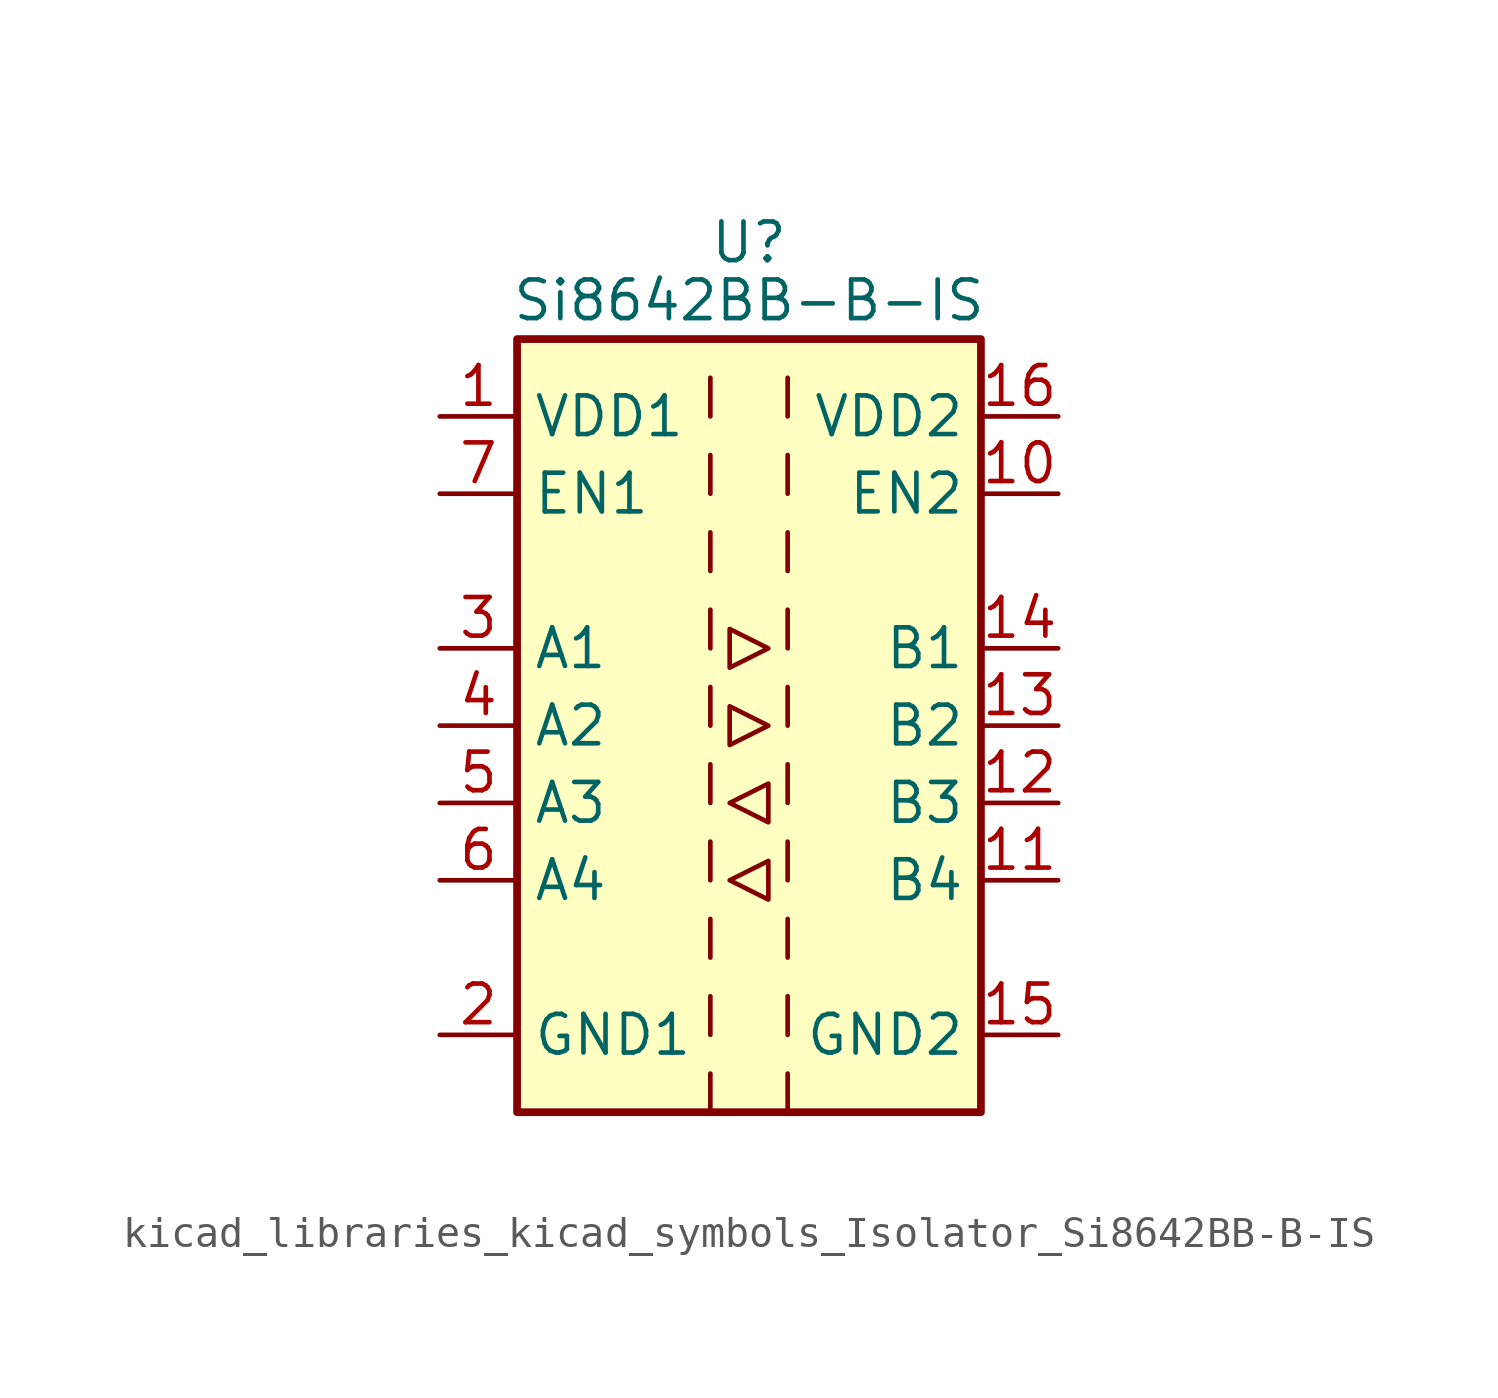
<source format=kicad_sym>
(kicad_symbol_lib
  (version 20220914)
  (generator kicad_symbol_editor)
  (symbol "kicad_libraries_kicad_symbols_Isolator_Si8642BB-B-IS"
    (property "Reference" "U"
      (at 0 15.875 0)
      (effects (font (size 1.27 1.27))))
    (property "Value" "Si8642BB-B-IS"
      (at 0 13.97 0)
      (effects (font (size 1.27 1.27))))
    (symbol "kicad_libraries_kicad_symbols_Isolator_Si8642BB-B-IS_0_1"
      (rectangle (start -7.62 12.7) (end 7.62 -12.7) (stroke (width 0.254) (type default)) (fill (type background)))
      (polyline (pts (xy -1.27 -11.43) (xy -1.27 -12.7)) (stroke (width 0) (type default)) (fill (type none)))
      (polyline (pts (xy -1.27 -8.89) (xy -1.27 -10.16)) (stroke (width 0) (type default)) (fill (type none)))
      (polyline (pts (xy -1.27 -6.35) (xy -1.27 -7.62)) (stroke (width 0) (type default)) (fill (type none)))
      (polyline (pts (xy -1.27 -3.81) (xy -1.27 -5.08)) (stroke (width 0) (type default)) (fill (type none)))
      (polyline (pts (xy -1.27 -1.27) (xy -1.27 -2.54)) (stroke (width 0) (type default)) (fill (type none)))
      (polyline (pts (xy -1.27 1.27) (xy -1.27 0)) (stroke (width 0) (type default)) (fill (type none)))
      (polyline (pts (xy -1.27 3.81) (xy -1.27 2.54)) (stroke (width 0) (type default)) (fill (type none)))
      (polyline (pts (xy -1.27 6.35) (xy -1.27 5.08)) (stroke (width 0) (type default)) (fill (type none)))
      (polyline (pts (xy -1.27 8.89) (xy -1.27 7.62)) (stroke (width 0) (type default)) (fill (type none)))
      (polyline (pts (xy -1.27 11.43) (xy -1.27 10.16)) (stroke (width 0) (type default)) (fill (type none)))
      (polyline (pts (xy 1.27 -11.43) (xy 1.27 -12.7)) (stroke (width 0) (type default)) (fill (type none)))
      (polyline (pts (xy 1.27 -8.89) (xy 1.27 -10.16)) (stroke (width 0) (type default)) (fill (type none)))
      (polyline (pts (xy 1.27 -6.35) (xy 1.27 -7.62)) (stroke (width 0) (type default)) (fill (type none)))
      (polyline (pts (xy 1.27 -3.81) (xy 1.27 -5.08)) (stroke (width 0) (type default)) (fill (type none)))
      (polyline (pts (xy 1.27 -1.27) (xy 1.27 -2.54)) (stroke (width 0) (type default)) (fill (type none)))
      (polyline (pts (xy 1.27 1.27) (xy 1.27 0)) (stroke (width 0) (type default)) (fill (type none)))
      (polyline (pts (xy 1.27 3.81) (xy 1.27 2.54)) (stroke (width 0) (type default)) (fill (type none)))
      (polyline (pts (xy 1.27 6.35) (xy 1.27 5.08)) (stroke (width 0) (type default)) (fill (type none)))
      (polyline (pts (xy 1.27 8.89) (xy 1.27 7.62)) (stroke (width 0) (type default)) (fill (type none)))
      (polyline (pts (xy 1.27 11.43) (xy 1.27 10.16)) (stroke (width 0) (type default)) (fill (type none)))
      (polyline (pts (xy -0.635 -5.08) (xy 0.635 -4.445) (xy 0.635 -5.715) (xy -0.635 -5.08)) (stroke (width 0) (type default)) (fill (type none)))
      (polyline (pts (xy -0.635 -2.54) (xy 0.635 -1.905) (xy 0.635 -3.175) (xy -0.635 -2.54)) (stroke (width 0) (type default)) (fill (type none)))
      (polyline (pts (xy -0.635 0.635) (xy -0.635 -0.635) (xy 0.635 0) (xy -0.635 0.635)) (stroke (width 0) (type default)) (fill (type none)))
      (polyline (pts (xy -0.635 3.175) (xy -0.635 1.905) (xy 0.635 2.54) (xy -0.635 3.175)) (stroke (width 0) (type default)) (fill (type none))))
    (symbol "kicad_libraries_kicad_symbols_Isolator_Si8642BB-B-IS_1_1"
      (pin power_in line (at -10.16 10.16 0) (length 2.54) (name "VDD1" (effects (font (size 1.27 1.27)))) (number "1" (effects (font (size 1.27 1.27)))))
      (pin input line (at 10.16 7.62 180) (length 2.54) (name "EN2" (effects (font (size 1.27 1.27)))) (number "10" (effects (font (size 1.27 1.27)))))
      (pin input line (at 10.16 -5.08 180) (length 2.54) (name "B4" (effects (font (size 1.27 1.27)))) (number "11" (effects (font (size 1.27 1.27)))))
      (pin input line (at 10.16 -2.54 180) (length 2.54) (name "B3" (effects (font (size 1.27 1.27)))) (number "12" (effects (font (size 1.27 1.27)))))
      (pin output line (at 10.16 0 180) (length 2.54) (name "B2" (effects (font (size 1.27 1.27)))) (number "13" (effects (font (size 1.27 1.27)))))
      (pin output line (at 10.16 2.54 180) (length 2.54) (name "B1" (effects (font (size 1.27 1.27)))) (number "14" (effects (font (size 1.27 1.27)))))
      (pin power_in line (at 10.16 -10.16 180) (length 2.54) (name "GND2" (effects (font (size 1.27 1.27)))) (number "15" (effects (font (size 1.27 1.27)))))
      (pin power_in line (at 10.16 10.16 180) (length 2.54) (name "VDD2" (effects (font (size 1.27 1.27)))) (number "16" (effects (font (size 1.27 1.27)))))
      (pin power_in line (at -10.16 -10.16 0) (length 2.54) (name "GND1" (effects (font (size 1.27 1.27)))) (number "2" (effects (font (size 1.27 1.27)))))
      (pin input line (at -10.16 2.54 0) (length 2.54) (name "A1" (effects (font (size 1.27 1.27)))) (number "3" (effects (font (size 1.27 1.27)))))
      (pin input line (at -10.16 0 0) (length 2.54) (name "A2" (effects (font (size 1.27 1.27)))) (number "4" (effects (font (size 1.27 1.27)))))
      (pin output line (at -10.16 -2.54 0) (length 2.54) (name "A3" (effects (font (size 1.27 1.27)))) (number "5" (effects (font (size 1.27 1.27)))))
      (pin output line (at -10.16 -5.08 0) (length 2.54) (name "A4" (effects (font (size 1.27 1.27)))) (number "6" (effects (font (size 1.27 1.27)))))
      (pin input line (at -10.16 7.62 0) (length 2.54) (name "EN1" (effects (font (size 1.27 1.27)))) (number "7" (effects (font (size 1.27 1.27)))))
      (pin passive line (at -10.16 -10.16 0) (length 2.54) hide (name "GND1" (effects (font (size 1.27 1.27)))) (number "8" (effects (font (size 1.27 1.27)))))
      (pin passive line (at 10.16 -10.16 180) (length 2.54) hide (name "GND2" (effects (font (size 1.27 1.27)))) (number "9" (effects (font (size 1.27 1.27))))))))
</source>
